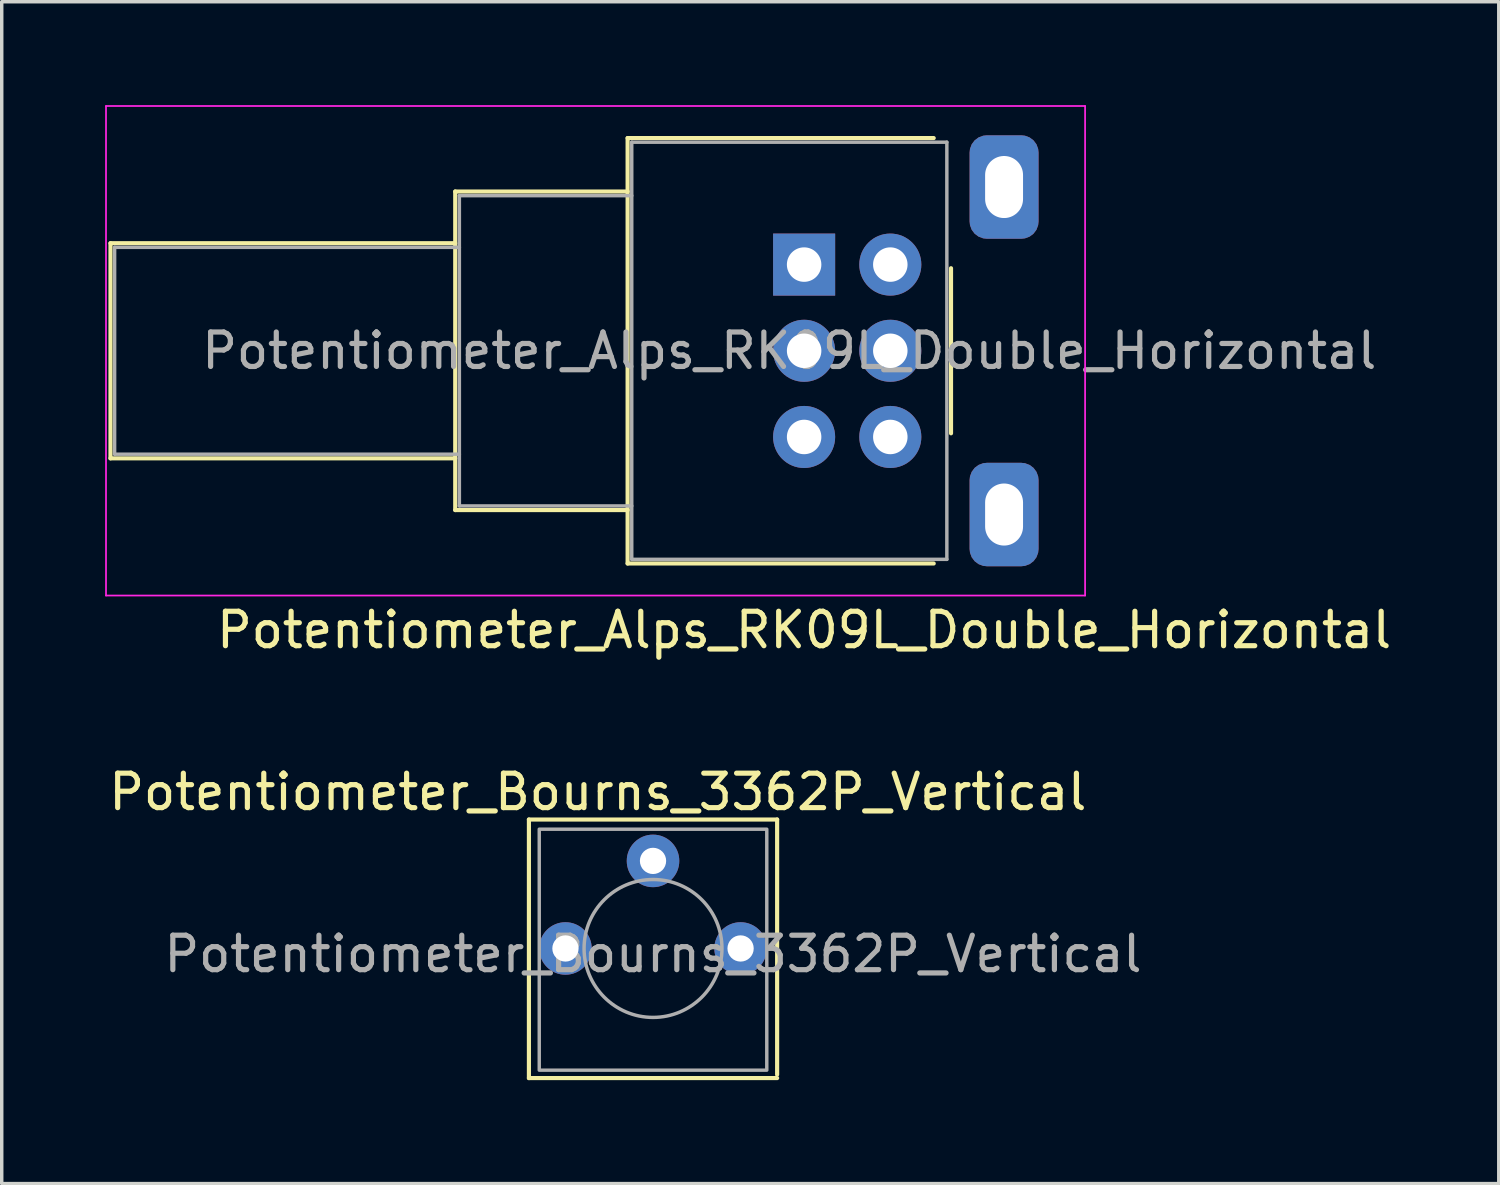
<source format=kicad_pcb>
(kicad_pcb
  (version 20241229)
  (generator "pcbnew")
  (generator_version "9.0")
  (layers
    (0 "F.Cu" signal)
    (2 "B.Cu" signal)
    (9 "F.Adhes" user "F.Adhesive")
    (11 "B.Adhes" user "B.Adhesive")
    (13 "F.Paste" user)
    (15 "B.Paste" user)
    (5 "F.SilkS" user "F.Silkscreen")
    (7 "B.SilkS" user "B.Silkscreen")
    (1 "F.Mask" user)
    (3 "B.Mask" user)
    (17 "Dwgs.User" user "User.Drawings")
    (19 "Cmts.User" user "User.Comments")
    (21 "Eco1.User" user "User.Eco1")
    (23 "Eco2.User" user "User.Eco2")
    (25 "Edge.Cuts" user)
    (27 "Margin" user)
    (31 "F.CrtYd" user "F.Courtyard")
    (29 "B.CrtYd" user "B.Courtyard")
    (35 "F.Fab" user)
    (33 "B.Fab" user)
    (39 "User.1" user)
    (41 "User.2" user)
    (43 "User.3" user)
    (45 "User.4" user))
  (footprint "Potentiometer_Alps_RK09L_Double_Horizontal"
    (layer "F.Cu")
    (at 20.275 4.625)
    (property "Reference" "Potentiometer_Alps_RK09L_Double_Horizontal" (at 0 10.6 180) (layer "F.SilkS") (effects (font (size 1 1) (thickness 0.15))))
    (attr through_hole)
    (fp_line (start -20.12 5.62) (end -20.12 -0.62) (stroke (width 0.12) (type solid)) (layer "F.SilkS"))
    (fp_line (start -10.12 -0.62) (end -20.12 -0.62) (stroke (width 0.12) (type solid)) (layer "F.SilkS"))
    (fp_line (start -10.12 5.62) (end -20.12 5.62) (stroke (width 0.12) (type solid)) (layer "F.SilkS"))
    (fp_line (start -10.12 7.12) (end -10.12 -2.12) (stroke (width 0.12) (type solid)) (layer "F.SilkS"))
    (fp_line (start -5.12 -2.12) (end -10.12 -2.12) (stroke (width 0.12) (type solid)) (layer "F.SilkS"))
    (fp_line (start -5.12 7.12) (end -10.12 7.12) (stroke (width 0.12) (type solid)) (layer "F.SilkS"))
    (fp_line (start -5.12 8.67) (end -5.12 -3.67) (stroke (width 0.12) (type solid)) (layer "F.SilkS"))
    (fp_line (start 3.759 -3.67) (end -5.12 -3.67) (stroke (width 0.12) (type solid)) (layer "F.SilkS"))
    (fp_line (start 3.759 8.67) (end -5.12 8.67) (stroke (width 0.12) (type solid)) (layer "F.SilkS"))
    (fp_line (start 4.261 4.894) (end 4.261 0.105) (stroke (width 0.12) (type solid)) (layer "F.SilkS"))
    (fp_line (start -20.25 -4.6) (end -20.25 9.6) (stroke (width 0.05) (type solid)) (layer "F.CrtYd"))
    (fp_line (start -20.25 9.6) (end 8.15 9.6) (stroke (width 0.05) (type solid)) (layer "F.CrtYd"))
    (fp_line (start 8.15 -4.6) (end -20.25 -4.6) (stroke (width 0.05) (type solid)) (layer "F.CrtYd"))
    (fp_line (start 8.15 9.6) (end 8.15 -4.6) (stroke (width 0.05) (type solid)) (layer "F.CrtYd"))
    (fp_line (start -20 -0.5) (end -20 5.5) (stroke (width 0.1) (type solid)) (layer "F.Fab"))
    (fp_line (start -20 5.5) (end -10 5.5) (stroke (width 0.1) (type solid)) (layer "F.Fab"))
    (fp_line (start -10 -2) (end -10 7) (stroke (width 0.1) (type solid)) (layer "F.Fab"))
    (fp_line (start -10 -0.5) (end -20 -0.5) (stroke (width 0.1) (type solid)) (layer "F.Fab"))
    (fp_line (start -10 7) (end -5 7) (stroke (width 0.1) (type solid)) (layer "F.Fab"))
    (fp_line (start -5 -3.55) (end -5 8.55) (stroke (width 0.1) (type solid)) (layer "F.Fab"))
    (fp_line (start -5 -2) (end -10 -2) (stroke (width 0.1) (type solid)) (layer "F.Fab"))
    (fp_line (start -5 8.55) (end 4.14 8.55) (stroke (width 0.1) (type solid)) (layer "F.Fab"))
    (fp_line (start 4.14 -3.55) (end -5 -3.55) (stroke (width 0.1) (type solid)) (layer "F.Fab"))
    (fp_line (start 4.14 8.55) (end 4.14 -3.55) (stroke (width 0.1) (type solid)) (layer "F.Fab"))
    (fp_text user "${REFERENCE}" (at -0.43 2.5 180) (layer "F.Fab") (effects (font (size 1 1) (thickness 0.15))))
    (pad "1" thru_hole rect (at 0 0 180) (size 1.8 1.8) (drill 1) (layers "*.Cu" "*.Mask"))
    (pad "2" thru_hole circle (at 0 2.5 180) (size 1.8 1.8) (drill 1) (layers "*.Cu" "*.Mask"))
    (pad "3" thru_hole circle (at 0 5 180) (size 1.8 1.8) (drill 1) (layers "*.Cu" "*.Mask"))
    (pad "4" thru_hole circle (at 2.5 0 180) (size 1.8 1.8) (drill 1) (layers "*.Cu" "*.Mask"))
    (pad "5" thru_hole circle (at 2.5 2.5 180) (size 1.8 1.8) (drill 1) (layers "*.Cu" "*.Mask"))
    (pad "6" thru_hole circle (at 2.5 5 180) (size 1.8 1.8) (drill 1) (layers "*.Cu" "*.Mask"))
    (pad "MP" thru_hole roundrect (at 5.8 -2.25 180) (size 2 3) (drill oval 1.1 1.8) (layers "*.Cu" "*.Mask") (roundrect_rratio 0.25))
    (pad "MP" thru_hole roundrect (at 5.8 7.25 180) (size 2 3) (drill oval 1.1 1.8) (layers "*.Cu" "*.Mask") (roundrect_rratio 0.25)))
  (footprint "Potentiometer_Bourns_3362P_Vertical"
    (layer "F.Cu")
    (at 15.892 21.922)
    (property "Reference" "Potentiometer_Bourns_3362P_Vertical" (at -1.6 -2 0) (unlocked yes) (layer "F.SilkS") (effects (font (size 1 1) (thickness 0.15))))
    (attr through_hole)
    (fp_line (start -3.6 -1.2) (end -3.6 6.3) (stroke (width 0.12) (type solid)) (layer "F.SilkS"))
    (fp_line (start -3.6 6.3) (end 3.6 6.3) (stroke (width 0.12) (type solid)) (layer "F.SilkS"))
    (fp_line (start 3.6 -1.2) (end -3.6 -1.2) (stroke (width 0.12) (type solid)) (layer "F.SilkS"))
    (fp_line (start 3.6 6.2) (end 3.6 -1.2) (stroke (width 0.12) (type solid)) (layer "F.SilkS"))
    (fp_rect (start -3.3 -0.92) (end 3.3 6.07) (stroke (width 0.1) (type solid)) (fill no) (layer "F.Fab"))
    (fp_circle (center 0 2.54) (end 2 2.54) (stroke (width 0.1) (type solid)) (fill no) (layer "F.Fab"))
    (fp_text user "${REFERENCE}" (at 0 2.7 0) (unlocked yes) (layer "F.Fab") (effects (font (size 1 1) (thickness 0.15))))
    (pad "1" thru_hole circle (at -2.54 2.54) (size 1.524 1.524) (drill 0.762) (layers "*.Cu" "*.Mask"))
    (pad "2" thru_hole circle (at 0 0) (size 1.524 1.524) (drill 0.762) (layers "*.Cu" "*.Mask"))
    (pad "3" thru_hole circle (at 2.54 2.54) (size 1.524 1.524) (drill 0.762) (layers "*.Cu" "*.Mask")))
  (gr_rect
    (start -3 -3)
    (end 40.424 31.282)
    (stroke (width 0.1) (type default))
    (fill no)
    (layer "Edge.Cuts")))
</source>
